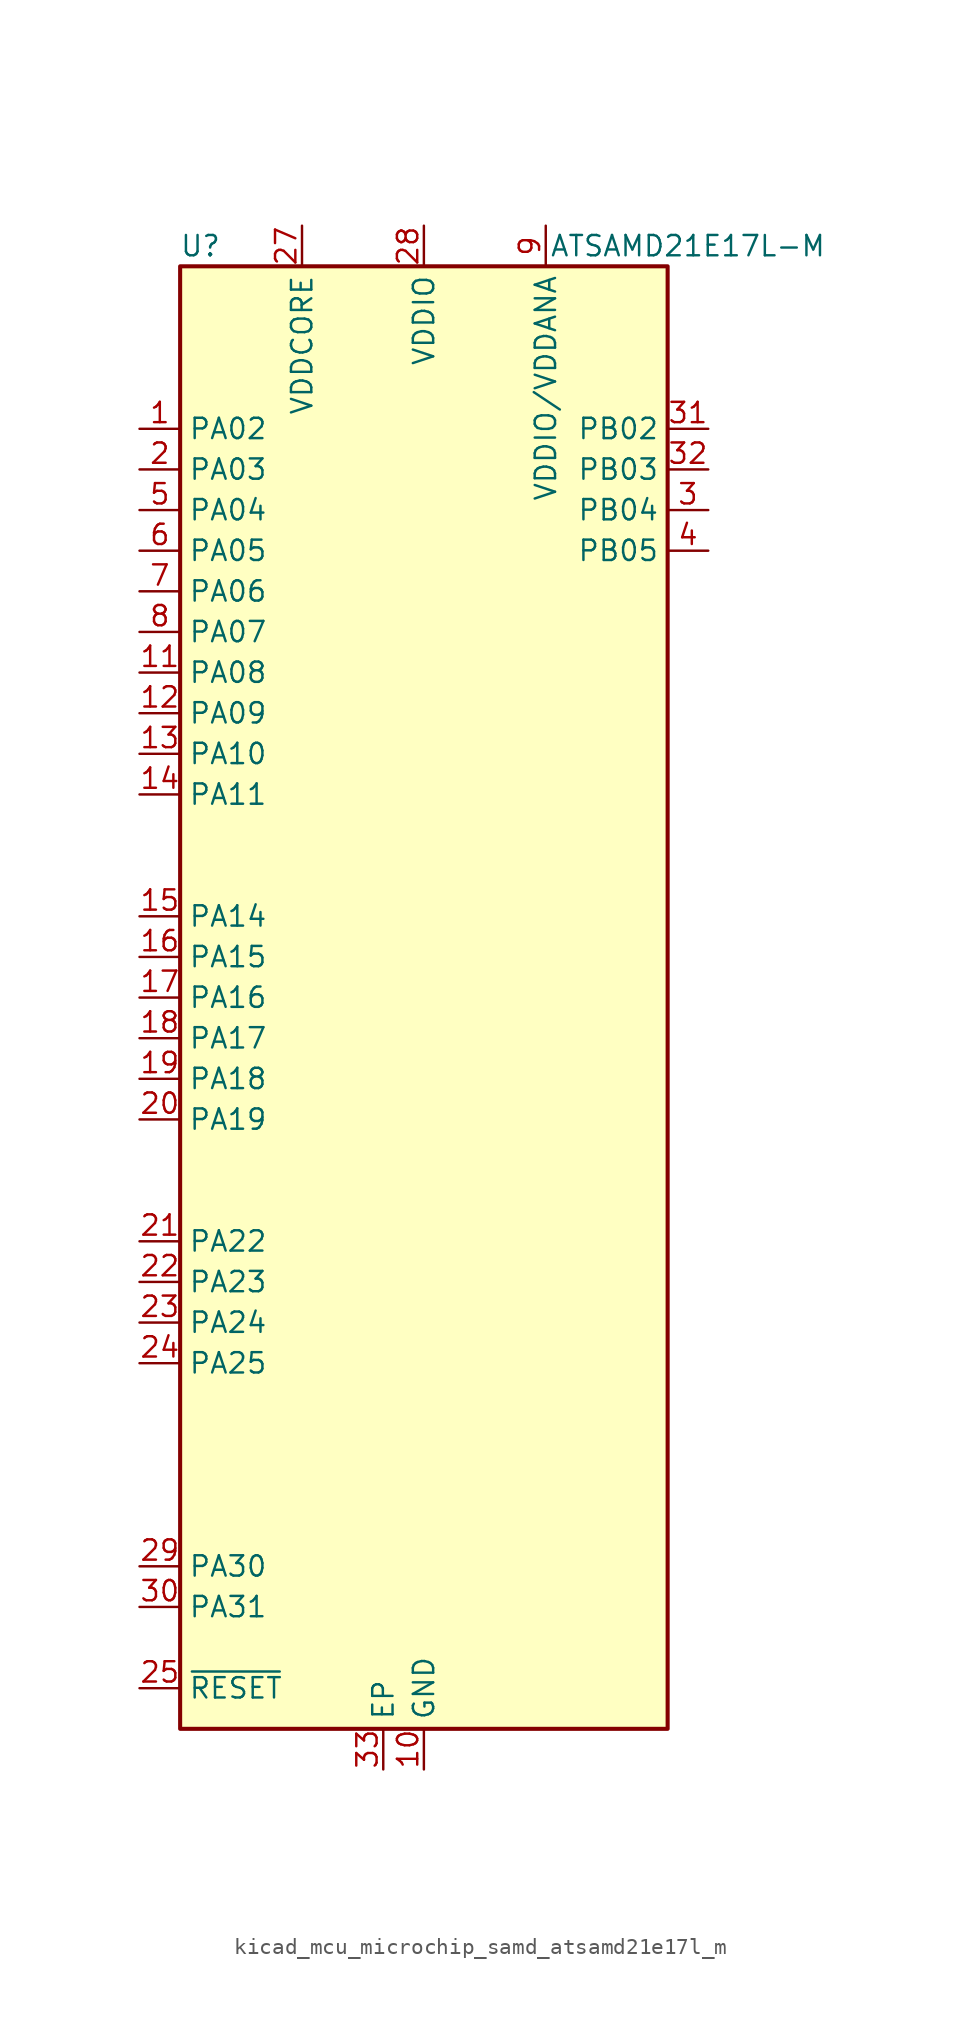
<source format=kicad_sym>
(kicad_symbol_lib
  (version 20220914)
  (generator kicad_symbol_editor)
  (symbol "kicad_mcu_microchip_samd_atsamd21e17l_m"
    (property "Reference" "U"
      (at -13.97 46.99 0)
      (effects (font (size 1.27 1.27))))
    (property "Value" "ATSAMD21E17L-M"
      (at 16.51 46.99 0)
      (effects (font (size 1.27 1.27))))
    (symbol "kicad_mcu_microchip_samd_atsamd21e17l_m_1_1"
      (rectangle (start -15.24 45.72) (end 15.24 -45.72) (stroke (width 0.254) (type default)) (fill (type background)))
      (pin bidirectional line (at -17.78 35.56 0) (length 2.54) (name "PA02" (effects (font (size 1.27 1.27)))) (number "1" (effects (font (size 1.27 1.27)))))
      (pin power_in line (at 0 -48.26 90) (length 2.54) (name "GND" (effects (font (size 1.27 1.27)))) (number "10" (effects (font (size 1.27 1.27)))))
      (pin bidirectional line (at -17.78 20.32 0) (length 2.54) (name "PA08" (effects (font (size 1.27 1.27)))) (number "11" (effects (font (size 1.27 1.27)))))
      (pin bidirectional line (at -17.78 17.78 0) (length 2.54) (name "PA09" (effects (font (size 1.27 1.27)))) (number "12" (effects (font (size 1.27 1.27)))))
      (pin bidirectional line (at -17.78 15.24 0) (length 2.54) (name "PA10" (effects (font (size 1.27 1.27)))) (number "13" (effects (font (size 1.27 1.27)))))
      (pin bidirectional line (at -17.78 12.7 0) (length 2.54) (name "PA11" (effects (font (size 1.27 1.27)))) (number "14" (effects (font (size 1.27 1.27)))))
      (pin bidirectional line (at -17.78 5.08 0) (length 2.54) (name "PA14" (effects (font (size 1.27 1.27)))) (number "15" (effects (font (size 1.27 1.27)))))
      (pin bidirectional line (at -17.78 2.54 0) (length 2.54) (name "PA15" (effects (font (size 1.27 1.27)))) (number "16" (effects (font (size 1.27 1.27)))))
      (pin bidirectional line (at -17.78 0 0) (length 2.54) (name "PA16" (effects (font (size 1.27 1.27)))) (number "17" (effects (font (size 1.27 1.27)))))
      (pin bidirectional line (at -17.78 -2.54 0) (length 2.54) (name "PA17" (effects (font (size 1.27 1.27)))) (number "18" (effects (font (size 1.27 1.27)))))
      (pin bidirectional line (at -17.78 -5.08 0) (length 2.54) (name "PA18" (effects (font (size 1.27 1.27)))) (number "19" (effects (font (size 1.27 1.27)))))
      (pin bidirectional line (at -17.78 33.02 0) (length 2.54) (name "PA03" (effects (font (size 1.27 1.27)))) (number "2" (effects (font (size 1.27 1.27)))))
      (pin bidirectional line (at -17.78 -7.62 0) (length 2.54) (name "PA19" (effects (font (size 1.27 1.27)))) (number "20" (effects (font (size 1.27 1.27)))))
      (pin bidirectional line (at -17.78 -15.24 0) (length 2.54) (name "PA22" (effects (font (size 1.27 1.27)))) (number "21" (effects (font (size 1.27 1.27)))))
      (pin bidirectional line (at -17.78 -17.78 0) (length 2.54) (name "PA23" (effects (font (size 1.27 1.27)))) (number "22" (effects (font (size 1.27 1.27)))))
      (pin bidirectional line (at -17.78 -20.32 0) (length 2.54) (name "PA24" (effects (font (size 1.27 1.27)))) (number "23" (effects (font (size 1.27 1.27)))))
      (pin bidirectional line (at -17.78 -22.86 0) (length 2.54) (name "PA25" (effects (font (size 1.27 1.27)))) (number "24" (effects (font (size 1.27 1.27)))))
      (pin input line (at -17.78 -43.18 0) (length 2.54) (name "~{RESET}" (effects (font (size 1.27 1.27)))) (number "25" (effects (font (size 1.27 1.27)))))
      (pin passive line (at 0 -48.26 90) (length 2.54) hide (name "GND" (effects (font (size 1.27 1.27)))) (number "26" (effects (font (size 1.27 1.27)))))
      (pin power_out line (at -7.62 48.26 270) (length 2.54) (name "VDDCORE" (effects (font (size 1.27 1.27)))) (number "27" (effects (font (size 1.27 1.27)))))
      (pin power_in line (at 0 48.26 270) (length 2.54) (name "VDDIO" (effects (font (size 1.27 1.27)))) (number "28" (effects (font (size 1.27 1.27)))))
      (pin bidirectional line (at -17.78 -35.56 0) (length 2.54) (name "PA30" (effects (font (size 1.27 1.27)))) (number "29" (effects (font (size 1.27 1.27)))))
      (pin bidirectional line (at 17.78 30.48 180) (length 2.54) (name "PB04" (effects (font (size 1.27 1.27)))) (number "3" (effects (font (size 1.27 1.27)))))
      (pin bidirectional line (at -17.78 -38.1 0) (length 2.54) (name "PA31" (effects (font (size 1.27 1.27)))) (number "30" (effects (font (size 1.27 1.27)))))
      (pin bidirectional line (at 17.78 35.56 180) (length 2.54) (name "PB02" (effects (font (size 1.27 1.27)))) (number "31" (effects (font (size 1.27 1.27)))))
      (pin bidirectional line (at 17.78 33.02 180) (length 2.54) (name "PB03" (effects (font (size 1.27 1.27)))) (number "32" (effects (font (size 1.27 1.27)))))
      (pin passive line (at -2.54 -48.26 90) (length 2.54) (name "EP" (effects (font (size 1.27 1.27)))) (number "33" (effects (font (size 1.27 1.27)))))
      (pin bidirectional line (at 17.78 27.94 180) (length 2.54) (name "PB05" (effects (font (size 1.27 1.27)))) (number "4" (effects (font (size 1.27 1.27)))))
      (pin bidirectional line (at -17.78 30.48 0) (length 2.54) (name "PA04" (effects (font (size 1.27 1.27)))) (number "5" (effects (font (size 1.27 1.27)))))
      (pin bidirectional line (at -17.78 27.94 0) (length 2.54) (name "PA05" (effects (font (size 1.27 1.27)))) (number "6" (effects (font (size 1.27 1.27)))))
      (pin bidirectional line (at -17.78 25.4 0) (length 2.54) (name "PA06" (effects (font (size 1.27 1.27)))) (number "7" (effects (font (size 1.27 1.27)))))
      (pin bidirectional line (at -17.78 22.86 0) (length 2.54) (name "PA07" (effects (font (size 1.27 1.27)))) (number "8" (effects (font (size 1.27 1.27)))))
      (pin power_in line (at 7.62 48.26 270) (length 2.54) (name "VDDIO/VDDANA" (effects (font (size 1.27 1.27)))) (number "9" (effects (font (size 1.27 1.27))))))))
</source>
